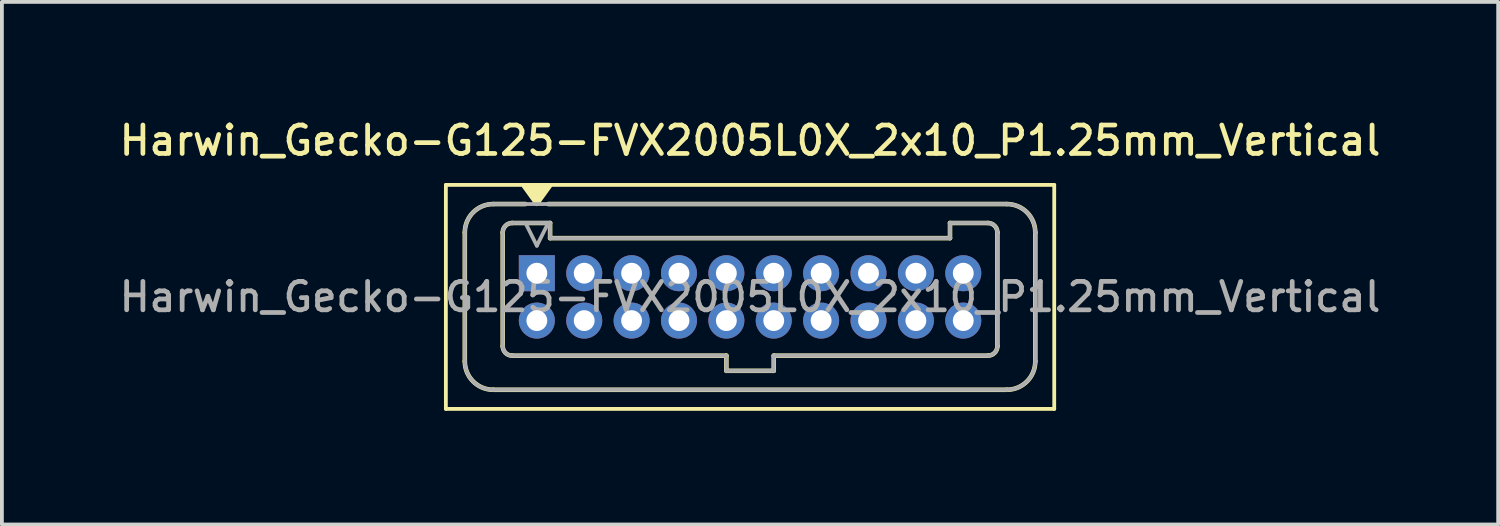
<source format=kicad_pcb>
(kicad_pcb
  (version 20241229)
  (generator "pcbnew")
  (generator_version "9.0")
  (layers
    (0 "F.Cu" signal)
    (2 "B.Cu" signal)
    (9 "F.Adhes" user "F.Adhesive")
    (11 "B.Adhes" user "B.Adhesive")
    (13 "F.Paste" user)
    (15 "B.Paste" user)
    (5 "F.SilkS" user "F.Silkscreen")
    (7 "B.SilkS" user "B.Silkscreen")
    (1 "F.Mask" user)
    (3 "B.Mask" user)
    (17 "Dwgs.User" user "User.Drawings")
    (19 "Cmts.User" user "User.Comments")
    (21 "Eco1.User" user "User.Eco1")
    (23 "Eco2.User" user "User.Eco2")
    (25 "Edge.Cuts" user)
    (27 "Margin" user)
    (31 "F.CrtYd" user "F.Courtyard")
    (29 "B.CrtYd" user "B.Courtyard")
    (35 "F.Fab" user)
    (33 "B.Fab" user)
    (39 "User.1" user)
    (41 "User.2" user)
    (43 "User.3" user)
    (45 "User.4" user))
  (footprint "Harwin_Gecko-G125-FVX2005L0X_2x10_P1.25mm_Vertical"
    (layer "F.Cu")
    (at 11.113 4.158)
    (property "Reference" "Harwin_Gecko-G125-FVX2005L0X_2x10_P1.25mm_Vertical" (at 5.625 -3.5 0) (layer "F.SilkS") (effects (font (size 0.75 0.75) (thickness 0.125))))
    (attr through_hole)
    (fp_line (start -2.4 -2.33) (end -2.4 3.58) (stroke (width 0.1) (type solid)) (layer "F.SilkS"))
    (fp_line (start -2.4 3.58) (end 13.65 3.58) (stroke (width 0.1) (type solid)) (layer "F.SilkS"))
    (fp_line (start -1.9 -1.075) (end -1.9 2.325) (stroke (width 0.12) (type solid)) (layer "F.SilkS"))
    (fp_line (start -1.15 -1.825) (end -0.3 -1.825) (stroke (width 0.12) (type solid)) (layer "F.SilkS"))
    (fp_line (start -1.15 3.075) (end 12.4 3.075) (stroke (width 0.12) (type solid)) (layer "F.SilkS"))
    (fp_line (start -0.9 -1.075) (end -0.9 1.925) (stroke (width 0.12) (type solid)) (layer "F.SilkS"))
    (fp_line (start -0.65 -1.325) (end 0.35 -1.325) (stroke (width 0.12) (type solid)) (layer "F.SilkS"))
    (fp_line (start -0.65 2.175) (end 5 2.175) (stroke (width 0.12) (type solid)) (layer "F.SilkS"))
    (fp_line (start 0.3 -1.825) (end 12.4 -1.825) (stroke (width 0.12) (type solid)) (layer "F.SilkS"))
    (fp_line (start 0.35 -1.325) (end 0.35 -0.925) (stroke (width 0.12) (type solid)) (layer "F.SilkS"))
    (fp_line (start 0.35 -0.925) (end 10.9 -0.925) (stroke (width 0.12) (type solid)) (layer "F.SilkS"))
    (fp_line (start 5 2.175) (end 5 2.575) (stroke (width 0.12) (type solid)) (layer "F.SilkS"))
    (fp_line (start 5 2.575) (end 6.25 2.575) (stroke (width 0.12) (type solid)) (layer "F.SilkS"))
    (fp_line (start 6.25 2.175) (end 11.9 2.175) (stroke (width 0.12) (type solid)) (layer "F.SilkS"))
    (fp_line (start 6.25 2.575) (end 6.25 2.175) (stroke (width 0.12) (type solid)) (layer "F.SilkS"))
    (fp_line (start 10.9 -1.325) (end 11.9 -1.325) (stroke (width 0.12) (type solid)) (layer "F.SilkS"))
    (fp_line (start 10.9 -0.925) (end 10.9 -1.325) (stroke (width 0.12) (type solid)) (layer "F.SilkS"))
    (fp_line (start 12.15 -1.075) (end 12.15 1.925) (stroke (width 0.12) (type solid)) (layer "F.SilkS"))
    (fp_line (start 13.15 -1.075) (end 13.15 2.325) (stroke (width 0.12) (type solid)) (layer "F.SilkS"))
    (fp_line (start 13.65 -2.33) (end -2.4 -2.33) (stroke (width 0.1) (type solid)) (layer "F.SilkS"))
    (fp_line (start 13.65 3.58) (end 13.65 -2.33) (stroke (width 0.1) (type solid)) (layer "F.SilkS"))
    (fp_arc (start -1.9 -1.075) (mid -1.68033 -1.60533) (end -1.15 -1.825) (stroke (width 0.12) (type solid)) (layer "F.SilkS"))
    (fp_arc (start -1.15 3.075) (mid -1.68033 2.85533) (end -1.9 2.325) (stroke (width 0.12) (type solid)) (layer "F.SilkS"))
    (fp_arc (start -0.9 -1.075) (mid -0.826777 -1.251777) (end -0.65 -1.325) (stroke (width 0.12) (type solid)) (layer "F.SilkS"))
    (fp_arc (start -0.65 2.175) (mid -0.826777 2.101777) (end -0.9 1.925) (stroke (width 0.12) (type solid)) (layer "F.SilkS"))
    (fp_arc (start 11.9 -1.325) (mid 12.076777 -1.251777) (end 12.15 -1.075) (stroke (width 0.12) (type solid)) (layer "F.SilkS"))
    (fp_arc (start 12.15 1.925) (mid 12.076777 2.101777) (end 11.9 2.175) (stroke (width 0.12) (type solid)) (layer "F.SilkS"))
    (fp_arc (start 12.4 -1.825) (mid 12.93033 -1.60533) (end 13.15 -1.075) (stroke (width 0.12) (type solid)) (layer "F.SilkS"))
    (fp_arc (start 13.15 2.325) (mid 12.93033 2.85533) (end 12.4 3.075) (stroke (width 0.12) (type solid)) (layer "F.SilkS"))
    (fp_poly (pts (xy 0 -1.83) (xy -0.34 -2.3) (xy 0.34 -2.3) (xy 0 -1.83)) (stroke (width 0.12) (type solid)) (fill yes) (layer "F.SilkS"))
    (fp_line (start -1.9 -1.075) (end -1.9 2.325) (stroke (width 0.1) (type solid)) (layer "F.Fab"))
    (fp_line (start -1.15 -1.825) (end 12.4 -1.825) (stroke (width 0.1) (type solid)) (layer "F.Fab"))
    (fp_line (start -1.15 3.075) (end 12.4 3.075) (stroke (width 0.1) (type solid)) (layer "F.Fab"))
    (fp_line (start -0.9 -1.075) (end -0.9 1.925) (stroke (width 0.1) (type solid)) (layer "F.Fab"))
    (fp_line (start -0.65 -1.325) (end 0.35 -1.325) (stroke (width 0.1) (type solid)) (layer "F.Fab"))
    (fp_line (start -0.65 2.175) (end 5 2.175) (stroke (width 0.1) (type solid)) (layer "F.Fab"))
    (fp_line (start 0 -0.725) (end -0.3 -1.325) (stroke (width 0.1) (type solid)) (layer "F.Fab"))
    (fp_line (start 0.3 -1.325) (end 0 -0.725) (stroke (width 0.1) (type solid)) (layer "F.Fab"))
    (fp_line (start 0.35 -1.325) (end 0.35 -0.925) (stroke (width 0.1) (type solid)) (layer "F.Fab"))
    (fp_line (start 0.35 -0.925) (end 10.9 -0.925) (stroke (width 0.1) (type solid)) (layer "F.Fab"))
    (fp_line (start 5 2.175) (end 5 2.575) (stroke (width 0.1) (type solid)) (layer "F.Fab"))
    (fp_line (start 5 2.575) (end 6.25 2.575) (stroke (width 0.1) (type solid)) (layer "F.Fab"))
    (fp_line (start 6.25 2.175) (end 11.9 2.175) (stroke (width 0.1) (type solid)) (layer "F.Fab"))
    (fp_line (start 6.25 2.575) (end 6.25 2.175) (stroke (width 0.1) (type solid)) (layer "F.Fab"))
    (fp_line (start 10.9 -1.325) (end 11.9 -1.325) (stroke (width 0.1) (type solid)) (layer "F.Fab"))
    (fp_line (start 10.9 -0.925) (end 10.9 -1.325) (stroke (width 0.1) (type solid)) (layer "F.Fab"))
    (fp_line (start 12.15 -1.075) (end 12.15 1.925) (stroke (width 0.1) (type solid)) (layer "F.Fab"))
    (fp_line (start 13.15 -1.075) (end 13.15 2.325) (stroke (width 0.1) (type solid)) (layer "F.Fab"))
    (fp_arc (start -1.9 -1.075) (mid -1.68033 -1.60533) (end -1.15 -1.825) (stroke (width 0.1) (type solid)) (layer "F.Fab"))
    (fp_arc (start -1.15 3.075) (mid -1.68033 2.85533) (end -1.9 2.325) (stroke (width 0.1) (type solid)) (layer "F.Fab"))
    (fp_arc (start -0.9 -1.075) (mid -0.826777 -1.251777) (end -0.65 -1.325) (stroke (width 0.1) (type solid)) (layer "F.Fab"))
    (fp_arc (start -0.65 2.175) (mid -0.826777 2.101777) (end -0.9 1.925) (stroke (width 0.1) (type solid)) (layer "F.Fab"))
    (fp_arc (start 11.9 -1.325) (mid 12.076777 -1.251777) (end 12.15 -1.075) (stroke (width 0.1) (type solid)) (layer "F.Fab"))
    (fp_arc (start 12.15 1.925) (mid 12.076777 2.101777) (end 11.9 2.175) (stroke (width 0.1) (type solid)) (layer "F.Fab"))
    (fp_arc (start 12.4 -1.825) (mid 12.93033 -1.60533) (end 13.15 -1.075) (stroke (width 0.1) (type solid)) (layer "F.Fab"))
    (fp_arc (start 13.15 2.325) (mid 12.93033 2.85533) (end 12.4 3.075) (stroke (width 0.1) (type solid)) (layer "F.Fab"))
    (fp_text user "${REFERENCE}" (at 5.625 0.625 0) (layer "F.Fab") (effects (font (size 0.75 0.75) (thickness 0.125))))
    (pad "1" thru_hole rect (at 0 0) (size 0.95 0.95) (drill 0.55) (layers "*.Cu" "*.Mask"))
    (pad "2" thru_hole circle (at 1.25 0) (size 0.95 0.95) (drill 0.55) (layers "*.Cu" "*.Mask"))
    (pad "3" thru_hole circle (at 2.5 0) (size 0.95 0.95) (drill 0.55) (layers "*.Cu" "*.Mask"))
    (pad "4" thru_hole circle (at 3.75 0) (size 0.95 0.95) (drill 0.55) (layers "*.Cu" "*.Mask"))
    (pad "5" thru_hole circle (at 5 0) (size 0.95 0.95) (drill 0.55) (layers "*.Cu" "*.Mask"))
    (pad "6" thru_hole circle (at 6.25 0) (size 0.95 0.95) (drill 0.55) (layers "*.Cu" "*.Mask"))
    (pad "7" thru_hole circle (at 7.5 0) (size 0.95 0.95) (drill 0.55) (layers "*.Cu" "*.Mask"))
    (pad "8" thru_hole circle (at 8.75 0) (size 0.95 0.95) (drill 0.55) (layers "*.Cu" "*.Mask"))
    (pad "9" thru_hole circle (at 10 0) (size 0.95 0.95) (drill 0.55) (layers "*.Cu" "*.Mask"))
    (pad "10" thru_hole circle (at 11.25 0) (size 0.95 0.95) (drill 0.55) (layers "*.Cu" "*.Mask"))
    (pad "11" thru_hole circle (at 0 1.25) (size 0.95 0.95) (drill 0.55) (layers "*.Cu" "*.Mask"))
    (pad "12" thru_hole circle (at 1.25 1.25) (size 0.95 0.95) (drill 0.55) (layers "*.Cu" "*.Mask"))
    (pad "13" thru_hole circle (at 2.5 1.25) (size 0.95 0.95) (drill 0.55) (layers "*.Cu" "*.Mask"))
    (pad "14" thru_hole circle (at 3.75 1.25) (size 0.95 0.95) (drill 0.55) (layers "*.Cu" "*.Mask"))
    (pad "15" thru_hole circle (at 5 1.25) (size 0.95 0.95) (drill 0.55) (layers "*.Cu" "*.Mask"))
    (pad "16" thru_hole circle (at 6.25 1.25) (size 0.95 0.95) (drill 0.55) (layers "*.Cu" "*.Mask"))
    (pad "17" thru_hole circle (at 7.5 1.25) (size 0.95 0.95) (drill 0.55) (layers "*.Cu" "*.Mask"))
    (pad "18" thru_hole circle (at 8.75 1.25) (size 0.95 0.95) (drill 0.55) (layers "*.Cu" "*.Mask"))
    (pad "19" thru_hole circle (at 10 1.25) (size 0.95 0.95) (drill 0.55) (layers "*.Cu" "*.Mask"))
    (pad "20" thru_hole circle (at 11.25 1.25) (size 0.95 0.95) (drill 0.55) (layers "*.Cu" "*.Mask")))
  (gr_rect
    (start -3 -3)
    (end 36.475 10.788)
    (stroke (width 0.1) (type default))
    (fill no)
    (layer "Edge.Cuts")))
</source>
